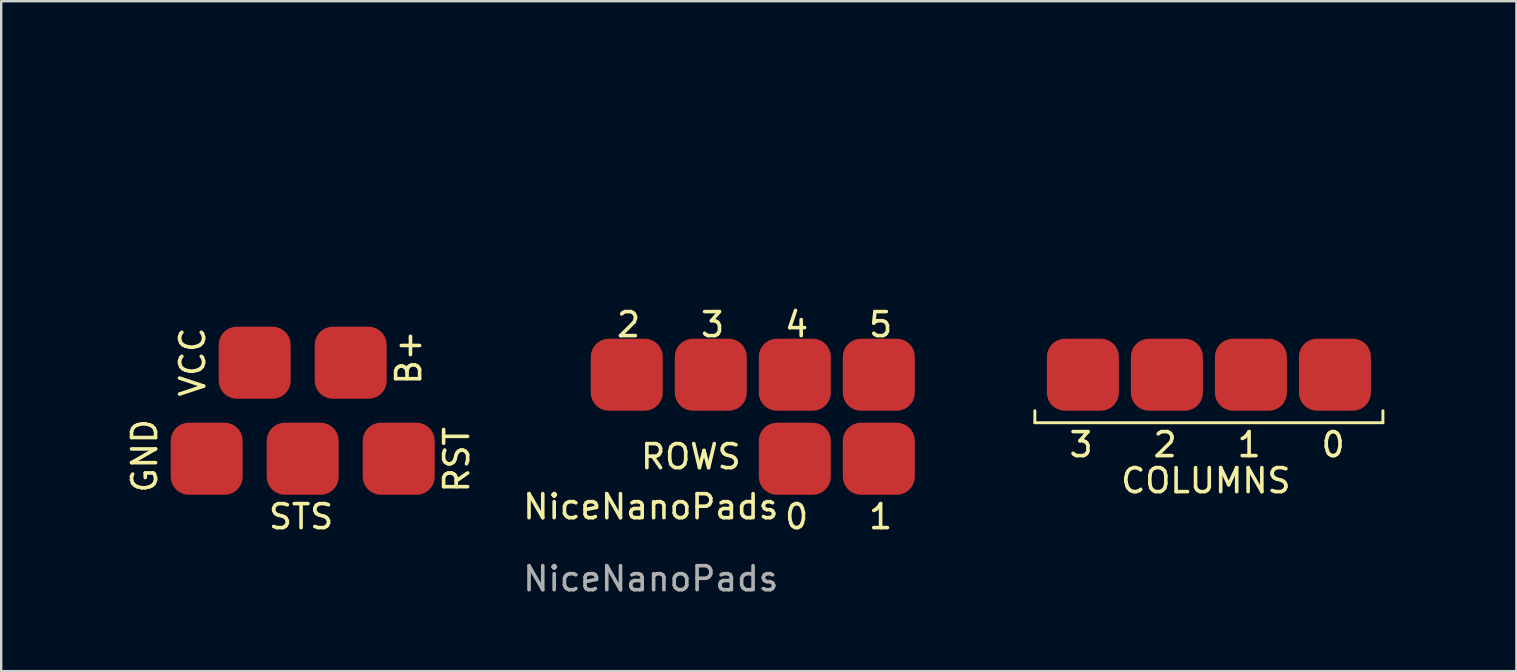
<source format=kicad_pcb>
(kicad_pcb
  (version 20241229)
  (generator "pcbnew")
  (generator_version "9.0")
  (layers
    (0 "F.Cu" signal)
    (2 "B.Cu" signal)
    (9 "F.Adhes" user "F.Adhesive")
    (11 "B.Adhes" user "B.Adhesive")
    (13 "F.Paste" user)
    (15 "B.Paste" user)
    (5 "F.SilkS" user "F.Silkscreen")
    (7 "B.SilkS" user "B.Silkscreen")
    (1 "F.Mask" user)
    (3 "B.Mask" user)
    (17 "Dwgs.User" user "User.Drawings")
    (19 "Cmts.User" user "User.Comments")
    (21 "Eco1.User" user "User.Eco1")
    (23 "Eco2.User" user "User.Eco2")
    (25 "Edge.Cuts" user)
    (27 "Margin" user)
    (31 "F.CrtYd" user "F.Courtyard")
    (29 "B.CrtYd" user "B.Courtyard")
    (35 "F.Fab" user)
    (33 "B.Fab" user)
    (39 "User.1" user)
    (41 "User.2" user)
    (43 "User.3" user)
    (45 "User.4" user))
  (footprint "NiceNanoPads"
    (layer "F.Cu")
    (at 24.06 17.56)
    (property "Reference" "NiceNanoPads" (at 0 0.5 0) (unlocked yes) (layer "F.SilkS") (effects (font (size 1 1) (thickness 0.15))))
    (attr smd)
    (fp_line (start 16 -3) (end 16 -3.5) (stroke (width 0.12) (type default)) (layer "F.SilkS"))
    (fp_line (start 16 -3) (end 30.5 -3) (stroke (width 0.12) (type default)) (layer "F.SilkS"))
    (fp_line (start 30.5 -3) (end 30.5 -3.5) (stroke (width 0.12) (type default)) (layer "F.SilkS"))
    (fp_rect (start -24 -17.5) (end -5 1.5) (stroke (width 0.12) (type default)) (fill no) (layer "User.3"))
    (fp_rect (start -5 -17.5) (end 14 1.5) (stroke (width 0.12) (type default)) (fill no) (layer "User.3"))
    (fp_rect (start 14 -17.5) (end 33 1.5) (stroke (width 0.12) (type default)) (fill no) (layer "User.3"))
    (fp_text user "5" (at 9 -6.5 0) (unlocked yes) (layer "F.SilkS") (effects (font (size 1 1) (thickness 0.15)) (justify left bottom)))
    (fp_text user "2" (at -1.5 -6.5 0) (unlocked yes) (layer "F.SilkS") (effects (font (size 1 1) (thickness 0.15)) (justify left bottom)))
    (fp_text user "RST" (at -7.5 0 90) (unlocked yes) (layer "F.SilkS") (effects (font (size 1 1) (thickness 0.15)) (justify left bottom)))
    (fp_text user "0" (at 5.5 1.5 0) (unlocked yes) (layer "F.SilkS") (effects (font (size 1 1) (thickness 0.15)) (justify left bottom)))
    (fp_text user "0" (at 29 -1.5 0) (unlocked yes) (layer "F.SilkS") (effects (font (size 1 1) (thickness 0.15)) (justify right bottom)))
    (fp_text user "B+" (at -9.5 -4.5 90) (unlocked yes) (layer "F.SilkS") (effects (font (size 1 1) (thickness 0.15)) (justify left bottom)))
    (fp_text user "ROWS" (at -0.5 -1 0) (unlocked yes) (layer "F.SilkS") (effects (font (size 1 1) (thickness 0.15)) (justify left bottom)))
    (fp_text user "1" (at 9 1.5 0) (unlocked yes) (layer "F.SilkS") (effects (font (size 1 1) (thickness 0.15)) (justify left bottom)))
    (fp_text user "3" (at 2 -6.5 0) (unlocked yes) (layer "F.SilkS") (effects (font (size 1 1) (thickness 0.15)) (justify left bottom)))
    (fp_text user "4" (at 5.5 -6.5 0) (unlocked yes) (layer "F.SilkS") (effects (font (size 1 1) (thickness 0.15)) (justify left bottom)))
    (fp_text user "VCC" (at -18.5 -4 90) (unlocked yes) (layer "F.SilkS") (effects (font (size 1 1) (thickness 0.15)) (justify left bottom)))
    (fp_text user "3" (at 18.5 -1.5 0) (unlocked yes) (layer "F.SilkS") (effects (font (size 1 1) (thickness 0.15)) (justify right bottom)))
    (fp_text user "COLUMNS" (at 19.5 0 0) (unlocked yes) (layer "F.SilkS") (effects (font (size 1 1) (thickness 0.15)) (justify left bottom)))
    (fp_text user "GND" (at -20.5 0 90) (unlocked yes) (layer "F.SilkS") (effects (font (size 1 1) (thickness 0.15)) (justify left bottom)))
    (fp_text user "STS" (at -16 1.5 0) (unlocked yes) (layer "F.SilkS") (effects (font (size 1 1) (thickness 0.15)) (justify left bottom)))
    (fp_text user "2" (at 22 -1.5 0) (unlocked yes) (layer "F.SilkS") (effects (font (size 1 1) (thickness 0.15)) (justify right bottom)))
    (fp_text user "1" (at 25.5 -1.5 0) (unlocked yes) (layer "F.SilkS") (effects (font (size 1 1) (thickness 0.15)) (justify right bottom)))
    (fp_text user "${REFERENCE}" (at 0 3.5 0) (unlocked yes) (layer "F.Fab") (effects (font (size 1 1) (thickness 0.15))))
    (pad "1" connect roundrect (at 28.5 -5) (size 3 3) (layers "F.Cu" "F.Mask") (roundrect_rratio 0.25))
    (pad "2" connect roundrect (at 25 -5) (size 3 3) (layers "F.Cu" "F.Mask") (roundrect_rratio 0.25))
    (pad "3" connect roundrect (at 21.5 -5) (size 3 3) (layers "F.Cu" "F.Mask") (roundrect_rratio 0.25))
    (pad "4" connect roundrect (at 18 -5) (size 3 3) (layers "F.Cu" "F.Mask") (roundrect_rratio 0.25))
    (pad "5" connect roundrect (at 6 -1.5) (size 3 3) (layers "F.Cu" "F.Mask") (roundrect_rratio 0.25))
    (pad "6" connect roundrect (at 9.5 -1.5) (size 3 3) (layers "F.Cu" "F.Mask") (roundrect_rratio 0.25))
    (pad "7" connect roundrect (at -1 -5) (size 3 3) (layers "F.Cu" "F.Mask") (roundrect_rratio 0.25))
    (pad "8" connect roundrect (at 2.5 -5) (size 3 3) (layers "F.Cu" "F.Mask") (roundrect_rratio 0.25))
    (pad "9" connect roundrect (at 6 -5) (size 3 3) (layers "F.Cu" "F.Mask") (roundrect_rratio 0.25))
    (pad "10" connect roundrect (at 9.5 -5) (size 3 3) (layers "F.Cu" "F.Mask") (roundrect_rratio 0.25))
    (pad "11" connect roundrect (at -12.5 -5.5 180) (size 3 3) (layers "F.Cu" "F.Mask") (roundrect_rratio 0.25))
    (pad "12" connect roundrect (at -16.5 -5.5 180) (size 3 3) (layers "F.Cu" "F.Mask") (roundrect_rratio 0.25))
    (pad "13" connect roundrect (at -18.5 -1.5) (size 3 3) (layers "F.Cu" "F.Mask") (roundrect_rratio 0.25))
    (pad "14" connect roundrect (at -14.5 -1.5) (size 3 3) (layers "F.Cu" "F.Mask") (roundrect_rratio 0.25))
    (pad "15" connect roundrect (at -10.5 -1.5) (size 3 3) (layers "F.Cu" "F.Mask") (roundrect_rratio 0.25)))
  (gr_rect
    (start -3 -3)
    (end 60.12 24.908)
    (stroke (width 0.1) (type default))
    (fill no)
    (layer "Edge.Cuts")))
</source>
